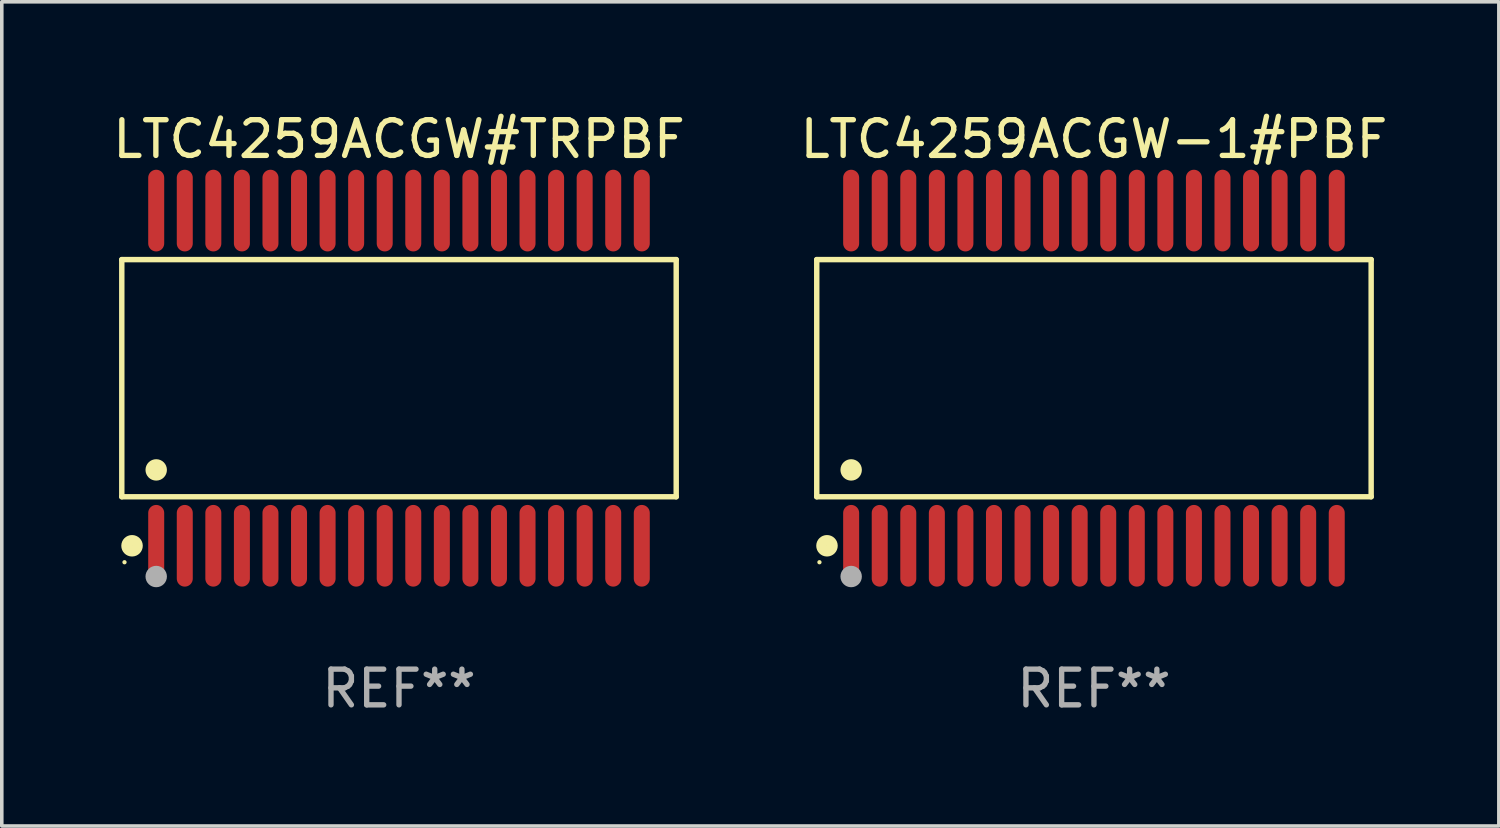
<source format=kicad_pcb>
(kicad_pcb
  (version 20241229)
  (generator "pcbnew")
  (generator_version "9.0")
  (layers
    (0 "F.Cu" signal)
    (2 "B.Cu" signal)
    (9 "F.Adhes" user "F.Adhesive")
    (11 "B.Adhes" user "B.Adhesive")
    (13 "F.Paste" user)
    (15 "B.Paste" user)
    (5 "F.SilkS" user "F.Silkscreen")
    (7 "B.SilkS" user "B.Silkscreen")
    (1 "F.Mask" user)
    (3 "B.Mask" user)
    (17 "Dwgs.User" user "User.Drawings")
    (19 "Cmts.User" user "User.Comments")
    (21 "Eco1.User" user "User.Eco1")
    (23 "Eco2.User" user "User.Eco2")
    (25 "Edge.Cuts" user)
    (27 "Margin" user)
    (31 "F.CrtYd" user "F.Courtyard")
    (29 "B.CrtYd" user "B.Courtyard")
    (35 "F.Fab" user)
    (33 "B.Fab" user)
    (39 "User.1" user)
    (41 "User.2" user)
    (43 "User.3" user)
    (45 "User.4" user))
  (footprint "LTC4259ACGW#TRPBF"
    (layer "F.Cu")
    (at 8.125 7.542)
    (property "Reference" "LTC4259ACGW#TRPBF" (at 0 -6.694 0) (layer "F.SilkS") (effects (font (size 1 1) (thickness 0.15))))
    (attr through_hole)
    (fp_line (start -7.764 -3.321) (end 7.764 -3.321) (stroke (width 0.152) (type solid)) (layer "F.SilkS"))
    (fp_line (start -7.764 3.321) (end -7.764 -3.321) (stroke (width 0.152) (type solid)) (layer "F.SilkS"))
    (fp_line (start 7.764 -3.321) (end 7.764 3.321) (stroke (width 0.152) (type solid)) (layer "F.SilkS"))
    (fp_line (start 7.764 3.321) (end -7.764 3.321) (stroke (width 0.152) (type solid)) (layer "F.SilkS"))
    (fp_circle (center -7.688 5.155) (end -7.658 5.155) (stroke (width 0.06) (type solid)) (fill no) (layer "F.SilkS"))
    (fp_circle (center -7.477 4.694) (end -7.326 4.694) (stroke (width 0.3) (type solid)) (fill no) (layer "F.SilkS"))
    (fp_circle (center -6.8 2.569) (end -6.65 2.569) (stroke (width 0.3) (type solid)) (fill no) (layer "F.SilkS"))
    (fp_circle (center -6.8 5.555) (end -6.65 5.555) (stroke (width 0.3) (type solid)) (fill no) (layer "F.Fab"))
    (fp_text user "REF**" (at 0 8.694 0) (layer "F.Fab") (effects (font (size 1 1) (thickness 0.15))))
    (pad "1" smd oval (at -6.8 4.694) (size 0.448 2.288) (layers "F.Cu" "F.Mask" "F.Paste"))
    (pad "2" smd oval (at -6 4.694) (size 0.448 2.288) (layers "F.Cu" "F.Mask" "F.Paste"))
    (pad "3" smd oval (at -5.2 4.694) (size 0.448 2.288) (layers "F.Cu" "F.Mask" "F.Paste"))
    (pad "4" smd oval (at -4.4 4.694) (size 0.448 2.288) (layers "F.Cu" "F.Mask" "F.Paste"))
    (pad "5" smd oval (at -3.6 4.694) (size 0.448 2.288) (layers "F.Cu" "F.Mask" "F.Paste"))
    (pad "6" smd oval (at -2.8 4.694) (size 0.448 2.288) (layers "F.Cu" "F.Mask" "F.Paste"))
    (pad "7" smd oval (at -2 4.694) (size 0.448 2.288) (layers "F.Cu" "F.Mask" "F.Paste"))
    (pad "8" smd oval (at -1.2 4.694) (size 0.448 2.288) (layers "F.Cu" "F.Mask" "F.Paste"))
    (pad "9" smd oval (at -0.4 4.694) (size 0.448 2.288) (layers "F.Cu" "F.Mask" "F.Paste"))
    (pad "10" smd oval (at 0.4 4.694) (size 0.448 2.288) (layers "F.Cu" "F.Mask" "F.Paste"))
    (pad "11" smd oval (at 1.2 4.694) (size 0.448 2.288) (layers "F.Cu" "F.Mask" "F.Paste"))
    (pad "12" smd oval (at 2 4.694) (size 0.448 2.288) (layers "F.Cu" "F.Mask" "F.Paste"))
    (pad "13" smd oval (at 2.8 4.694) (size 0.448 2.288) (layers "F.Cu" "F.Mask" "F.Paste"))
    (pad "14" smd oval (at 3.6 4.694) (size 0.448 2.288) (layers "F.Cu" "F.Mask" "F.Paste"))
    (pad "15" smd oval (at 4.4 4.694) (size 0.448 2.288) (layers "F.Cu" "F.Mask" "F.Paste"))
    (pad "16" smd oval (at 5.2 4.694) (size 0.448 2.288) (layers "F.Cu" "F.Mask" "F.Paste"))
    (pad "17" smd oval (at 6 4.694) (size 0.448 2.288) (layers "F.Cu" "F.Mask" "F.Paste"))
    (pad "18" smd oval (at 6.8 4.694) (size 0.448 2.288) (layers "F.Cu" "F.Mask" "F.Paste"))
    (pad "19" smd oval (at 6.8 -4.694) (size 0.448 2.288) (layers "F.Cu" "F.Mask" "F.Paste"))
    (pad "20" smd oval (at 6 -4.694) (size 0.448 2.288) (layers "F.Cu" "F.Mask" "F.Paste"))
    (pad "21" smd oval (at 5.2 -4.694) (size 0.448 2.288) (layers "F.Cu" "F.Mask" "F.Paste"))
    (pad "22" smd oval (at 4.4 -4.694) (size 0.448 2.288) (layers "F.Cu" "F.Mask" "F.Paste"))
    (pad "23" smd oval (at 3.6 -4.694) (size 0.448 2.288) (layers "F.Cu" "F.Mask" "F.Paste"))
    (pad "24" smd oval (at 2.8 -4.694) (size 0.448 2.288) (layers "F.Cu" "F.Mask" "F.Paste"))
    (pad "25" smd oval (at 2 -4.694) (size 0.448 2.288) (layers "F.Cu" "F.Mask" "F.Paste"))
    (pad "26" smd oval (at 1.2 -4.694) (size 0.448 2.288) (layers "F.Cu" "F.Mask" "F.Paste"))
    (pad "27" smd oval (at 0.4 -4.694) (size 0.448 2.288) (layers "F.Cu" "F.Mask" "F.Paste"))
    (pad "28" smd oval (at -0.4 -4.694) (size 0.448 2.288) (layers "F.Cu" "F.Mask" "F.Paste"))
    (pad "29" smd oval (at -1.2 -4.694) (size 0.448 2.288) (layers "F.Cu" "F.Mask" "F.Paste"))
    (pad "30" smd oval (at -2 -4.694) (size 0.448 2.288) (layers "F.Cu" "F.Mask" "F.Paste"))
    (pad "31" smd oval (at -2.8 -4.694) (size 0.448 2.288) (layers "F.Cu" "F.Mask" "F.Paste"))
    (pad "32" smd oval (at -3.6 -4.694) (size 0.448 2.288) (layers "F.Cu" "F.Mask" "F.Paste"))
    (pad "33" smd oval (at -4.4 -4.694) (size 0.448 2.288) (layers "F.Cu" "F.Mask" "F.Paste"))
    (pad "34" smd oval (at -5.2 -4.694) (size 0.448 2.288) (layers "F.Cu" "F.Mask" "F.Paste"))
    (pad "35" smd oval (at -6 -4.694) (size 0.448 2.288) (layers "F.Cu" "F.Mask" "F.Paste"))
    (pad "36" smd oval (at -6.8 -4.694) (size 0.448 2.288) (layers "F.Cu" "F.Mask" "F.Paste")))
  (footprint "LTC4259ACGW-1#PBF"
    (layer "F.Cu")
    (at 27.589 7.542)
    (property "Reference" "LTC4259ACGW-1#PBF" (at 0 -6.694 0) (layer "F.SilkS") (effects (font (size 1 1) (thickness 0.15))))
    (attr through_hole)
    (fp_line (start -7.764 -3.321) (end 7.764 -3.321) (stroke (width 0.152) (type solid)) (layer "F.SilkS"))
    (fp_line (start -7.764 3.321) (end -7.764 -3.321) (stroke (width 0.152) (type solid)) (layer "F.SilkS"))
    (fp_line (start 7.764 -3.321) (end 7.764 3.321) (stroke (width 0.152) (type solid)) (layer "F.SilkS"))
    (fp_line (start 7.764 3.321) (end -7.764 3.321) (stroke (width 0.152) (type solid)) (layer "F.SilkS"))
    (fp_circle (center -7.688 5.155) (end -7.658 5.155) (stroke (width 0.06) (type solid)) (fill no) (layer "F.SilkS"))
    (fp_circle (center -7.477 4.694) (end -7.326 4.694) (stroke (width 0.3) (type solid)) (fill no) (layer "F.SilkS"))
    (fp_circle (center -6.8 2.569) (end -6.65 2.569) (stroke (width 0.3) (type solid)) (fill no) (layer "F.SilkS"))
    (fp_circle (center -6.8 5.555) (end -6.65 5.555) (stroke (width 0.3) (type solid)) (fill no) (layer "F.Fab"))
    (fp_text user "REF**" (at 0 8.694 0) (layer "F.Fab") (effects (font (size 1 1) (thickness 0.15))))
    (pad "1" smd oval (at -6.8 4.694) (size 0.448 2.288) (layers "F.Cu" "F.Mask" "F.Paste"))
    (pad "2" smd oval (at -6 4.694) (size 0.448 2.288) (layers "F.Cu" "F.Mask" "F.Paste"))
    (pad "3" smd oval (at -5.2 4.694) (size 0.448 2.288) (layers "F.Cu" "F.Mask" "F.Paste"))
    (pad "4" smd oval (at -4.4 4.694) (size 0.448 2.288) (layers "F.Cu" "F.Mask" "F.Paste"))
    (pad "5" smd oval (at -3.6 4.694) (size 0.448 2.288) (layers "F.Cu" "F.Mask" "F.Paste"))
    (pad "6" smd oval (at -2.8 4.694) (size 0.448 2.288) (layers "F.Cu" "F.Mask" "F.Paste"))
    (pad "7" smd oval (at -2 4.694) (size 0.448 2.288) (layers "F.Cu" "F.Mask" "F.Paste"))
    (pad "8" smd oval (at -1.2 4.694) (size 0.448 2.288) (layers "F.Cu" "F.Mask" "F.Paste"))
    (pad "9" smd oval (at -0.4 4.694) (size 0.448 2.288) (layers "F.Cu" "F.Mask" "F.Paste"))
    (pad "10" smd oval (at 0.4 4.694) (size 0.448 2.288) (layers "F.Cu" "F.Mask" "F.Paste"))
    (pad "11" smd oval (at 1.2 4.694) (size 0.448 2.288) (layers "F.Cu" "F.Mask" "F.Paste"))
    (pad "12" smd oval (at 2 4.694) (size 0.448 2.288) (layers "F.Cu" "F.Mask" "F.Paste"))
    (pad "13" smd oval (at 2.8 4.694) (size 0.448 2.288) (layers "F.Cu" "F.Mask" "F.Paste"))
    (pad "14" smd oval (at 3.6 4.694) (size 0.448 2.288) (layers "F.Cu" "F.Mask" "F.Paste"))
    (pad "15" smd oval (at 4.4 4.694) (size 0.448 2.288) (layers "F.Cu" "F.Mask" "F.Paste"))
    (pad "16" smd oval (at 5.2 4.694) (size 0.448 2.288) (layers "F.Cu" "F.Mask" "F.Paste"))
    (pad "17" smd oval (at 6 4.694) (size 0.448 2.288) (layers "F.Cu" "F.Mask" "F.Paste"))
    (pad "18" smd oval (at 6.8 4.694) (size 0.448 2.288) (layers "F.Cu" "F.Mask" "F.Paste"))
    (pad "19" smd oval (at 6.8 -4.694) (size 0.448 2.288) (layers "F.Cu" "F.Mask" "F.Paste"))
    (pad "20" smd oval (at 6 -4.694) (size 0.448 2.288) (layers "F.Cu" "F.Mask" "F.Paste"))
    (pad "21" smd oval (at 5.2 -4.694) (size 0.448 2.288) (layers "F.Cu" "F.Mask" "F.Paste"))
    (pad "22" smd oval (at 4.4 -4.694) (size 0.448 2.288) (layers "F.Cu" "F.Mask" "F.Paste"))
    (pad "23" smd oval (at 3.6 -4.694) (size 0.448 2.288) (layers "F.Cu" "F.Mask" "F.Paste"))
    (pad "24" smd oval (at 2.8 -4.694) (size 0.448 2.288) (layers "F.Cu" "F.Mask" "F.Paste"))
    (pad "25" smd oval (at 2 -4.694) (size 0.448 2.288) (layers "F.Cu" "F.Mask" "F.Paste"))
    (pad "26" smd oval (at 1.2 -4.694) (size 0.448 2.288) (layers "F.Cu" "F.Mask" "F.Paste"))
    (pad "27" smd oval (at 0.4 -4.694) (size 0.448 2.288) (layers "F.Cu" "F.Mask" "F.Paste"))
    (pad "28" smd oval (at -0.4 -4.694) (size 0.448 2.288) (layers "F.Cu" "F.Mask" "F.Paste"))
    (pad "29" smd oval (at -1.2 -4.694) (size 0.448 2.288) (layers "F.Cu" "F.Mask" "F.Paste"))
    (pad "30" smd oval (at -2 -4.694) (size 0.448 2.288) (layers "F.Cu" "F.Mask" "F.Paste"))
    (pad "31" smd oval (at -2.8 -4.694) (size 0.448 2.288) (layers "F.Cu" "F.Mask" "F.Paste"))
    (pad "32" smd oval (at -3.6 -4.694) (size 0.448 2.288) (layers "F.Cu" "F.Mask" "F.Paste"))
    (pad "33" smd oval (at -4.4 -4.694) (size 0.448 2.288) (layers "F.Cu" "F.Mask" "F.Paste"))
    (pad "34" smd oval (at -5.2 -4.694) (size 0.448 2.288) (layers "F.Cu" "F.Mask" "F.Paste"))
    (pad "35" smd oval (at -6 -4.694) (size 0.448 2.288) (layers "F.Cu" "F.Mask" "F.Paste"))
    (pad "36" smd oval (at -6.8 -4.694) (size 0.448 2.288) (layers "F.Cu" "F.Mask" "F.Paste")))
  (gr_rect
    (start -3 -3)
    (end 38.929 20.084)
    (stroke (width 0.1) (type default))
    (fill no)
    (layer "Edge.Cuts")))
</source>
